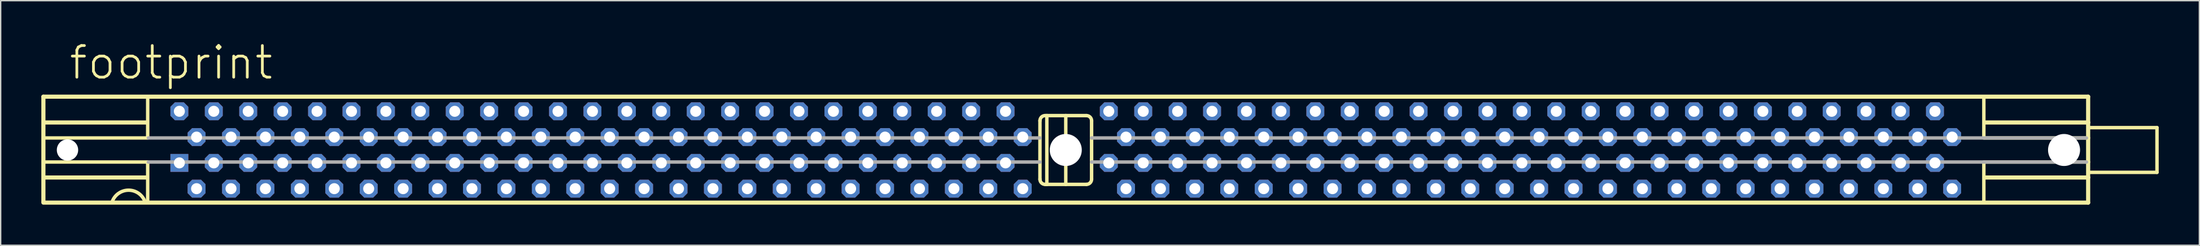
<source format=kicad_pcb>
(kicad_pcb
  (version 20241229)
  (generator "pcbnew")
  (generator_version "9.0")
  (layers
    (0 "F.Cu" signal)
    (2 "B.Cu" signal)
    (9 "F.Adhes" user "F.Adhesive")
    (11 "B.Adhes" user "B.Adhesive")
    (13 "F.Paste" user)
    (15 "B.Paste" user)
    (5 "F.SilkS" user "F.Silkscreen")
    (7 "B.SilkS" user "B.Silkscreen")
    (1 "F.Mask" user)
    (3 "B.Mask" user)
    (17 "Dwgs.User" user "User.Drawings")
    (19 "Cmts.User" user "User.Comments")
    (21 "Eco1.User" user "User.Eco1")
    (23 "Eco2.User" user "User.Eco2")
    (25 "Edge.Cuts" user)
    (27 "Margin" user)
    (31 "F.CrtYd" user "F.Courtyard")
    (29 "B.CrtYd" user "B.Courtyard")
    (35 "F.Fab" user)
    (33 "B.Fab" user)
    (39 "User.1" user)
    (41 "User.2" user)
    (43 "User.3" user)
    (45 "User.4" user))
  (footprint "footprint"
    (layer "F.Cu")
    (at 75.59 8.026)
    (property "Reference" "footprint" (at -73.66 -5.08 0) (layer "F.SilkS") (effects (font (size 2.337 2.337) (thickness 0.203)) (justify left bottom)))
    (fp_line (start -75.438 -3.937) (end -75.438 3.81) (stroke (width 0.305) (type solid)) (layer "F.SilkS"))
    (fp_line (start -75.438 -3.937) (end 75.438 -3.937) (stroke (width 0.305) (type solid)) (layer "F.SilkS"))
    (fp_line (start -75.438 -0.889) (end -67.818 -0.889) (stroke (width 0.254) (type solid)) (layer "F.SilkS"))
    (fp_line (start -75.438 0.889) (end -67.818 0.889) (stroke (width 0.254) (type solid)) (layer "F.SilkS"))
    (fp_line (start -75.311 -2.032) (end -67.818 -2.032) (stroke (width 0.305) (type solid)) (layer "F.SilkS"))
    (fp_line (start -75.311 2.032) (end -67.818 2.032) (stroke (width 0.305) (type solid)) (layer "F.SilkS"))
    (fp_line (start -67.742 -3.861) (end -67.742 -0.889) (stroke (width 0.254) (type solid)) (layer "F.SilkS"))
    (fp_line (start -67.742 0.889) (end -67.742 3.81) (stroke (width 0.254) (type solid)) (layer "F.SilkS"))
    (fp_line (start -1.905 -2.159) (end -1.905 2.159) (stroke (width 0.254) (type solid)) (layer "F.SilkS"))
    (fp_line (start -1.524 2.54) (end -1.397 2.54) (stroke (width 0.254) (type solid)) (layer "F.SilkS"))
    (fp_line (start -1.397 -2.54) (end -1.524 -2.54) (stroke (width 0.254) (type solid)) (layer "F.SilkS"))
    (fp_line (start -1.397 2.54) (end -1.397 -2.54) (stroke (width 0.254) (type solid)) (layer "F.SilkS"))
    (fp_line (start -1.397 2.54) (end 0 2.54) (stroke (width 0.254) (type solid)) (layer "F.SilkS"))
    (fp_line (start 0 -2.54) (end -1.397 -2.54) (stroke (width 0.254) (type solid)) (layer "F.SilkS"))
    (fp_line (start 0 2.54) (end 0 -2.54) (stroke (width 0.254) (type solid)) (layer "F.SilkS"))
    (fp_line (start 0 2.54) (end 1.524 2.54) (stroke (width 0.254) (type solid)) (layer "F.SilkS"))
    (fp_line (start 1.524 -2.54) (end 0 -2.54) (stroke (width 0.254) (type solid)) (layer "F.SilkS"))
    (fp_line (start 1.905 2.159) (end 1.905 -2.159) (stroke (width 0.254) (type solid)) (layer "F.SilkS"))
    (fp_line (start 67.742 -3.861) (end 67.742 -0.889) (stroke (width 0.254) (type solid)) (layer "F.SilkS"))
    (fp_line (start 67.742 0.889) (end 67.742 3.81) (stroke (width 0.254) (type solid)) (layer "F.SilkS"))
    (fp_line (start 75.438 -3.937) (end 75.438 -2.032) (stroke (width 0.305) (type solid)) (layer "F.SilkS"))
    (fp_line (start 75.438 -2.032) (end 67.818 -2.032) (stroke (width 0.305) (type solid)) (layer "F.SilkS"))
    (fp_line (start 75.438 -2.032) (end 75.438 -0.889) (stroke (width 0.305) (type solid)) (layer "F.SilkS"))
    (fp_line (start 75.438 -0.889) (end 67.818 -0.889) (stroke (width 0.254) (type solid)) (layer "F.SilkS"))
    (fp_line (start 75.438 -0.889) (end 75.438 0.889) (stroke (width 0.305) (type solid)) (layer "F.SilkS"))
    (fp_line (start 75.438 0.889) (end 67.818 0.889) (stroke (width 0.254) (type solid)) (layer "F.SilkS"))
    (fp_line (start 75.438 0.889) (end 75.438 2.032) (stroke (width 0.305) (type solid)) (layer "F.SilkS"))
    (fp_line (start 75.438 2.032) (end 67.818 2.032) (stroke (width 0.305) (type solid)) (layer "F.SilkS"))
    (fp_line (start 75.438 2.032) (end 75.438 3.886) (stroke (width 0.305) (type solid)) (layer "F.SilkS"))
    (fp_line (start 75.438 3.886) (end -75.438 3.886) (stroke (width 0.305) (type solid)) (layer "F.SilkS"))
    (fp_line (start 75.565 -1.651) (end 80.518 -1.651) (stroke (width 0.254) (type solid)) (layer "F.SilkS"))
    (fp_line (start 80.518 -1.651) (end 80.518 1.651) (stroke (width 0.254) (type solid)) (layer "F.SilkS"))
    (fp_line (start 80.518 1.651) (end 75.565 1.651) (stroke (width 0.254) (type solid)) (layer "F.SilkS"))
    (fp_arc (start -70.358 3.81) (mid -69.1515 2.968723) (end -67.945 3.81) (stroke (width 0.254) (type solid)) (layer "F.SilkS"))
    (fp_arc (start -1.905 -2.159) (mid -1.793408 -2.428408) (end -1.524 -2.54) (stroke (width 0.254) (type solid)) (layer "F.SilkS"))
    (fp_arc (start -1.524 2.54) (mid -1.793408 2.428408) (end -1.905 2.159) (stroke (width 0.254) (type solid)) (layer "F.SilkS"))
    (fp_arc (start 1.524 -2.54) (mid 1.793408 -2.428408) (end 1.905 -2.159) (stroke (width 0.254) (type solid)) (layer "F.SilkS"))
    (fp_arc (start 1.905 2.159) (mid 1.793408 2.428408) (end 1.524 2.54) (stroke (width 0.254) (type solid)) (layer "F.SilkS"))
    (fp_line (start -67.691 -0.889) (end -1.905 -0.889) (stroke (width 0.254) (type solid)) (layer "F.Fab"))
    (fp_line (start -67.691 0.889) (end -1.905 0.889) (stroke (width 0.254) (type solid)) (layer "F.Fab"))
    (fp_line (start 1.905 -0.889) (end 75.311 -0.889) (stroke (width 0.254) (type solid)) (layer "F.Fab"))
    (fp_line (start 1.905 0.889) (end 75.311 0.889) (stroke (width 0.254) (type solid)) (layer "F.Fab"))
    (pad "" np_thru_hole circle (at -73.66 0) (size 1.575 1.575) (drill 1.575) (layers "*.Cu" "*.Mask"))
    (pad "" np_thru_hole circle (at 0 0) (size 2.362 2.362) (drill 2.362) (layers "*.Cu" "*.Mask"))
    (pad "" np_thru_hole circle (at 73.66 0) (size 2.362 2.362) (drill 2.362) (layers "*.Cu" "*.Mask"))
    (pad "1" thru_hole rect (at -65.405 0.953) (size 1.321 1.321) (drill 0.813) (layers "*.Cu" "*.Mask"))
    (pad "2" thru_hole roundrect (at -64.135 2.857) (size 1.321 1.321) (drill 0.813) (layers "*.Cu" "*.Mask") (roundrect_rratio 0.25) (chamfer_ratio 0.25) (chamfer top_left top_right bottom_left bottom_right))
    (pad "3" thru_hole roundrect (at -62.865 0.953) (size 1.321 1.321) (drill 0.813) (layers "*.Cu" "*.Mask") (roundrect_rratio 0.25) (chamfer_ratio 0.25) (chamfer top_left top_right bottom_left bottom_right))
    (pad "4" thru_hole roundrect (at -61.595 2.857) (size 1.321 1.321) (drill 0.813) (layers "*.Cu" "*.Mask") (roundrect_rratio 0.25) (chamfer_ratio 0.25) (chamfer top_left top_right bottom_left bottom_right))
    (pad "5" thru_hole roundrect (at -60.325 0.953) (size 1.321 1.321) (drill 0.813) (layers "*.Cu" "*.Mask") (roundrect_rratio 0.25) (chamfer_ratio 0.25) (chamfer top_left top_right bottom_left bottom_right))
    (pad "6" thru_hole roundrect (at -59.055 2.857) (size 1.321 1.321) (drill 0.813) (layers "*.Cu" "*.Mask") (roundrect_rratio 0.25) (chamfer_ratio 0.25) (chamfer top_left top_right bottom_left bottom_right))
    (pad "7" thru_hole roundrect (at -57.785 0.953) (size 1.321 1.321) (drill 0.813) (layers "*.Cu" "*.Mask") (roundrect_rratio 0.25) (chamfer_ratio 0.25) (chamfer top_left top_right bottom_left bottom_right))
    (pad "8" thru_hole roundrect (at -56.515 2.857) (size 1.321 1.321) (drill 0.813) (layers "*.Cu" "*.Mask") (roundrect_rratio 0.25) (chamfer_ratio 0.25) (chamfer top_left top_right bottom_left bottom_right))
    (pad "9" thru_hole roundrect (at -55.245 0.953) (size 1.321 1.321) (drill 0.813) (layers "*.Cu" "*.Mask") (roundrect_rratio 0.25) (chamfer_ratio 0.25) (chamfer top_left top_right bottom_left bottom_right))
    (pad "10" thru_hole roundrect (at -53.975 2.857) (size 1.321 1.321) (drill 0.813) (layers "*.Cu" "*.Mask") (roundrect_rratio 0.25) (chamfer_ratio 0.25) (chamfer top_left top_right bottom_left bottom_right))
    (pad "11" thru_hole roundrect (at -52.705 0.953) (size 1.321 1.321) (drill 0.813) (layers "*.Cu" "*.Mask") (roundrect_rratio 0.25) (chamfer_ratio 0.25) (chamfer top_left top_right bottom_left bottom_right))
    (pad "12" thru_hole roundrect (at -51.435 2.857) (size 1.321 1.321) (drill 0.813) (layers "*.Cu" "*.Mask") (roundrect_rratio 0.25) (chamfer_ratio 0.25) (chamfer top_left top_right bottom_left bottom_right))
    (pad "13" thru_hole roundrect (at -50.165 0.953) (size 1.321 1.321) (drill 0.813) (layers "*.Cu" "*.Mask") (roundrect_rratio 0.25) (chamfer_ratio 0.25) (chamfer top_left top_right bottom_left bottom_right))
    (pad "14" thru_hole roundrect (at -48.895 2.857) (size 1.321 1.321) (drill 0.813) (layers "*.Cu" "*.Mask") (roundrect_rratio 0.25) (chamfer_ratio 0.25) (chamfer top_left top_right bottom_left bottom_right))
    (pad "15" thru_hole roundrect (at -47.625 0.953) (size 1.321 1.321) (drill 0.813) (layers "*.Cu" "*.Mask") (roundrect_rratio 0.25) (chamfer_ratio 0.25) (chamfer top_left top_right bottom_left bottom_right))
    (pad "16" thru_hole roundrect (at -46.355 2.857) (size 1.321 1.321) (drill 0.813) (layers "*.Cu" "*.Mask") (roundrect_rratio 0.25) (chamfer_ratio 0.25) (chamfer top_left top_right bottom_left bottom_right))
    (pad "17" thru_hole roundrect (at -45.085 0.953) (size 1.321 1.321) (drill 0.813) (layers "*.Cu" "*.Mask") (roundrect_rratio 0.25) (chamfer_ratio 0.25) (chamfer top_left top_right bottom_left bottom_right))
    (pad "18" thru_hole roundrect (at -43.815 2.857) (size 1.321 1.321) (drill 0.813) (layers "*.Cu" "*.Mask") (roundrect_rratio 0.25) (chamfer_ratio 0.25) (chamfer top_left top_right bottom_left bottom_right))
    (pad "19" thru_hole roundrect (at -42.545 0.953) (size 1.321 1.321) (drill 0.813) (layers "*.Cu" "*.Mask") (roundrect_rratio 0.25) (chamfer_ratio 0.25) (chamfer top_left top_right bottom_left bottom_right))
    (pad "20" thru_hole roundrect (at -41.275 2.857) (size 1.321 1.321) (drill 0.813) (layers "*.Cu" "*.Mask") (roundrect_rratio 0.25) (chamfer_ratio 0.25) (chamfer top_left top_right bottom_left bottom_right))
    (pad "21" thru_hole roundrect (at -40.005 0.953) (size 1.321 1.321) (drill 0.813) (layers "*.Cu" "*.Mask") (roundrect_rratio 0.25) (chamfer_ratio 0.25) (chamfer top_left top_right bottom_left bottom_right))
    (pad "22" thru_hole roundrect (at -38.735 2.857) (size 1.321 1.321) (drill 0.813) (layers "*.Cu" "*.Mask") (roundrect_rratio 0.25) (chamfer_ratio 0.25) (chamfer top_left top_right bottom_left bottom_right))
    (pad "23" thru_hole roundrect (at -37.465 0.953) (size 1.321 1.321) (drill 0.813) (layers "*.Cu" "*.Mask") (roundrect_rratio 0.25) (chamfer_ratio 0.25) (chamfer top_left top_right bottom_left bottom_right))
    (pad "24" thru_hole roundrect (at -36.195 2.857) (size 1.321 1.321) (drill 0.813) (layers "*.Cu" "*.Mask") (roundrect_rratio 0.25) (chamfer_ratio 0.25) (chamfer top_left top_right bottom_left bottom_right))
    (pad "25" thru_hole roundrect (at -34.925 0.953) (size 1.321 1.321) (drill 0.813) (layers "*.Cu" "*.Mask") (roundrect_rratio 0.25) (chamfer_ratio 0.25) (chamfer top_left top_right bottom_left bottom_right))
    (pad "26" thru_hole roundrect (at -33.655 2.857) (size 1.321 1.321) (drill 0.813) (layers "*.Cu" "*.Mask") (roundrect_rratio 0.25) (chamfer_ratio 0.25) (chamfer top_left top_right bottom_left bottom_right))
    (pad "27" thru_hole roundrect (at -32.385 0.953) (size 1.321 1.321) (drill 0.813) (layers "*.Cu" "*.Mask") (roundrect_rratio 0.25) (chamfer_ratio 0.25) (chamfer top_left top_right bottom_left bottom_right))
    (pad "28" thru_hole roundrect (at -31.115 2.857) (size 1.321 1.321) (drill 0.813) (layers "*.Cu" "*.Mask") (roundrect_rratio 0.25) (chamfer_ratio 0.25) (chamfer top_left top_right bottom_left bottom_right))
    (pad "29" thru_hole roundrect (at -29.845 0.953) (size 1.321 1.321) (drill 0.813) (layers "*.Cu" "*.Mask") (roundrect_rratio 0.25) (chamfer_ratio 0.25) (chamfer top_left top_right bottom_left bottom_right))
    (pad "30" thru_hole roundrect (at -28.575 2.857) (size 1.321 1.321) (drill 0.813) (layers "*.Cu" "*.Mask") (roundrect_rratio 0.25) (chamfer_ratio 0.25) (chamfer top_left top_right bottom_left bottom_right))
    (pad "31" thru_hole roundrect (at -27.305 0.953) (size 1.321 1.321) (drill 0.813) (layers "*.Cu" "*.Mask") (roundrect_rratio 0.25) (chamfer_ratio 0.25) (chamfer top_left top_right bottom_left bottom_right))
    (pad "32" thru_hole roundrect (at -26.035 2.857) (size 1.321 1.321) (drill 0.813) (layers "*.Cu" "*.Mask") (roundrect_rratio 0.25) (chamfer_ratio 0.25) (chamfer top_left top_right bottom_left bottom_right))
    (pad "33" thru_hole roundrect (at -24.765 0.953) (size 1.321 1.321) (drill 0.813) (layers "*.Cu" "*.Mask") (roundrect_rratio 0.25) (chamfer_ratio 0.25) (chamfer top_left top_right bottom_left bottom_right))
    (pad "34" thru_hole roundrect (at -23.495 2.857) (size 1.321 1.321) (drill 0.813) (layers "*.Cu" "*.Mask") (roundrect_rratio 0.25) (chamfer_ratio 0.25) (chamfer top_left top_right bottom_left bottom_right))
    (pad "35" thru_hole roundrect (at -22.225 0.953) (size 1.321 1.321) (drill 0.813) (layers "*.Cu" "*.Mask") (roundrect_rratio 0.25) (chamfer_ratio 0.25) (chamfer top_left top_right bottom_left bottom_right))
    (pad "36" thru_hole roundrect (at -20.955 2.857) (size 1.321 1.321) (drill 0.813) (layers "*.Cu" "*.Mask") (roundrect_rratio 0.25) (chamfer_ratio 0.25) (chamfer top_left top_right bottom_left bottom_right))
    (pad "37" thru_hole roundrect (at -19.685 0.953) (size 1.321 1.321) (drill 0.813) (layers "*.Cu" "*.Mask") (roundrect_rratio 0.25) (chamfer_ratio 0.25) (chamfer top_left top_right bottom_left bottom_right))
    (pad "38" thru_hole roundrect (at -18.415 2.857) (size 1.321 1.321) (drill 0.813) (layers "*.Cu" "*.Mask") (roundrect_rratio 0.25) (chamfer_ratio 0.25) (chamfer top_left top_right bottom_left bottom_right))
    (pad "39" thru_hole roundrect (at -17.145 0.953) (size 1.321 1.321) (drill 0.813) (layers "*.Cu" "*.Mask") (roundrect_rratio 0.25) (chamfer_ratio 0.25) (chamfer top_left top_right bottom_left bottom_right))
    (pad "40" thru_hole roundrect (at -15.875 2.857) (size 1.321 1.321) (drill 0.813) (layers "*.Cu" "*.Mask") (roundrect_rratio 0.25) (chamfer_ratio 0.25) (chamfer top_left top_right bottom_left bottom_right))
    (pad "41" thru_hole roundrect (at -14.605 0.953) (size 1.321 1.321) (drill 0.813) (layers "*.Cu" "*.Mask") (roundrect_rratio 0.25) (chamfer_ratio 0.25) (chamfer top_left top_right bottom_left bottom_right))
    (pad "42" thru_hole roundrect (at -13.335 2.857) (size 1.321 1.321) (drill 0.813) (layers "*.Cu" "*.Mask") (roundrect_rratio 0.25) (chamfer_ratio 0.25) (chamfer top_left top_right bottom_left bottom_right))
    (pad "43" thru_hole roundrect (at -12.065 0.953) (size 1.321 1.321) (drill 0.813) (layers "*.Cu" "*.Mask") (roundrect_rratio 0.25) (chamfer_ratio 0.25) (chamfer top_left top_right bottom_left bottom_right))
    (pad "44" thru_hole roundrect (at -10.795 2.857) (size 1.321 1.321) (drill 0.813) (layers "*.Cu" "*.Mask") (roundrect_rratio 0.25) (chamfer_ratio 0.25) (chamfer top_left top_right bottom_left bottom_right))
    (pad "45" thru_hole roundrect (at -9.525 0.953) (size 1.321 1.321) (drill 0.813) (layers "*.Cu" "*.Mask") (roundrect_rratio 0.25) (chamfer_ratio 0.25) (chamfer top_left top_right bottom_left bottom_right))
    (pad "46" thru_hole roundrect (at -8.255 2.857) (size 1.321 1.321) (drill 0.813) (layers "*.Cu" "*.Mask") (roundrect_rratio 0.25) (chamfer_ratio 0.25) (chamfer top_left top_right bottom_left bottom_right))
    (pad "47" thru_hole roundrect (at -6.985 0.953) (size 1.321 1.321) (drill 0.813) (layers "*.Cu" "*.Mask") (roundrect_rratio 0.25) (chamfer_ratio 0.25) (chamfer top_left top_right bottom_left bottom_right))
    (pad "48" thru_hole roundrect (at -5.715 2.857) (size 1.321 1.321) (drill 0.813) (layers "*.Cu" "*.Mask") (roundrect_rratio 0.25) (chamfer_ratio 0.25) (chamfer top_left top_right bottom_left bottom_right))
    (pad "49" thru_hole roundrect (at -4.445 0.953) (size 1.321 1.321) (drill 0.813) (layers "*.Cu" "*.Mask") (roundrect_rratio 0.25) (chamfer_ratio 0.25) (chamfer top_left top_right bottom_left bottom_right))
    (pad "50" thru_hole roundrect (at -3.175 2.857) (size 1.321 1.321) (drill 0.813) (layers "*.Cu" "*.Mask") (roundrect_rratio 0.25) (chamfer_ratio 0.25) (chamfer top_left top_right bottom_left bottom_right))
    (pad "51" thru_hole roundrect (at 3.175 0.953) (size 1.321 1.321) (drill 0.813) (layers "*.Cu" "*.Mask") (roundrect_rratio 0.25) (chamfer_ratio 0.25) (chamfer top_left top_right bottom_left bottom_right))
    (pad "52" thru_hole roundrect (at 4.445 2.857) (size 1.321 1.321) (drill 0.813) (layers "*.Cu" "*.Mask") (roundrect_rratio 0.25) (chamfer_ratio 0.25) (chamfer top_left top_right bottom_left bottom_right))
    (pad "53" thru_hole roundrect (at 5.715 0.953) (size 1.321 1.321) (drill 0.813) (layers "*.Cu" "*.Mask") (roundrect_rratio 0.25) (chamfer_ratio 0.25) (chamfer top_left top_right bottom_left bottom_right))
    (pad "54" thru_hole roundrect (at 6.985 2.857) (size 1.321 1.321) (drill 0.813) (layers "*.Cu" "*.Mask") (roundrect_rratio 0.25) (chamfer_ratio 0.25) (chamfer top_left top_right bottom_left bottom_right))
    (pad "55" thru_hole roundrect (at 8.255 0.953) (size 1.321 1.321) (drill 0.813) (layers "*.Cu" "*.Mask") (roundrect_rratio 0.25) (chamfer_ratio 0.25) (chamfer top_left top_right bottom_left bottom_right))
    (pad "56" thru_hole roundrect (at 9.525 2.857) (size 1.321 1.321) (drill 0.813) (layers "*.Cu" "*.Mask") (roundrect_rratio 0.25) (chamfer_ratio 0.25) (chamfer top_left top_right bottom_left bottom_right))
    (pad "57" thru_hole roundrect (at 10.795 0.953) (size 1.321 1.321) (drill 0.813) (layers "*.Cu" "*.Mask") (roundrect_rratio 0.25) (chamfer_ratio 0.25) (chamfer top_left top_right bottom_left bottom_right))
    (pad "58" thru_hole roundrect (at 12.065 2.857) (size 1.321 1.321) (drill 0.813) (layers "*.Cu" "*.Mask") (roundrect_rratio 0.25) (chamfer_ratio 0.25) (chamfer top_left top_right bottom_left bottom_right))
    (pad "59" thru_hole roundrect (at 13.335 0.953) (size 1.321 1.321) (drill 0.813) (layers "*.Cu" "*.Mask") (roundrect_rratio 0.25) (chamfer_ratio 0.25) (chamfer top_left top_right bottom_left bottom_right))
    (pad "60" thru_hole roundrect (at 14.605 2.857) (size 1.321 1.321) (drill 0.813) (layers "*.Cu" "*.Mask") (roundrect_rratio 0.25) (chamfer_ratio 0.25) (chamfer top_left top_right bottom_left bottom_right))
    (pad "61" thru_hole roundrect (at 15.875 0.953) (size 1.321 1.321) (drill 0.813) (layers "*.Cu" "*.Mask") (roundrect_rratio 0.25) (chamfer_ratio 0.25) (chamfer top_left top_right bottom_left bottom_right))
    (pad "62" thru_hole roundrect (at 17.145 2.857) (size 1.321 1.321) (drill 0.813) (layers "*.Cu" "*.Mask") (roundrect_rratio 0.25) (chamfer_ratio 0.25) (chamfer top_left top_right bottom_left bottom_right))
    (pad "63" thru_hole roundrect (at 18.415 0.953) (size 1.321 1.321) (drill 0.813) (layers "*.Cu" "*.Mask") (roundrect_rratio 0.25) (chamfer_ratio 0.25) (chamfer top_left top_right bottom_left bottom_right))
    (pad "64" thru_hole roundrect (at 19.685 2.857) (size 1.321 1.321) (drill 0.813) (layers "*.Cu" "*.Mask") (roundrect_rratio 0.25) (chamfer_ratio 0.25) (chamfer top_left top_right bottom_left bottom_right))
    (pad "65" thru_hole roundrect (at 20.955 0.953) (size 1.321 1.321) (drill 0.813) (layers "*.Cu" "*.Mask") (roundrect_rratio 0.25) (chamfer_ratio 0.25) (chamfer top_left top_right bottom_left bottom_right))
    (pad "66" thru_hole roundrect (at 22.225 2.857) (size 1.321 1.321) (drill 0.813) (layers "*.Cu" "*.Mask") (roundrect_rratio 0.25) (chamfer_ratio 0.25) (chamfer top_left top_right bottom_left bottom_right))
    (pad "67" thru_hole roundrect (at 23.495 0.953) (size 1.321 1.321) (drill 0.813) (layers "*.Cu" "*.Mask") (roundrect_rratio 0.25) (chamfer_ratio 0.25) (chamfer top_left top_right bottom_left bottom_right))
    (pad "68" thru_hole roundrect (at 24.765 2.857) (size 1.321 1.321) (drill 0.813) (layers "*.Cu" "*.Mask") (roundrect_rratio 0.25) (chamfer_ratio 0.25) (chamfer top_left top_right bottom_left bottom_right))
    (pad "69" thru_hole roundrect (at 26.035 0.953) (size 1.321 1.321) (drill 0.813) (layers "*.Cu" "*.Mask") (roundrect_rratio 0.25) (chamfer_ratio 0.25) (chamfer top_left top_right bottom_left bottom_right))
    (pad "70" thru_hole roundrect (at 27.305 2.857) (size 1.321 1.321) (drill 0.813) (layers "*.Cu" "*.Mask") (roundrect_rratio 0.25) (chamfer_ratio 0.25) (chamfer top_left top_right bottom_left bottom_right))
    (pad "71" thru_hole roundrect (at 28.575 0.953) (size 1.321 1.321) (drill 0.813) (layers "*.Cu" "*.Mask") (roundrect_rratio 0.25) (chamfer_ratio 0.25) (chamfer top_left top_right bottom_left bottom_right))
    (pad "72" thru_hole roundrect (at 29.845 2.857) (size 1.321 1.321) (drill 0.813) (layers "*.Cu" "*.Mask") (roundrect_rratio 0.25) (chamfer_ratio 0.25) (chamfer top_left top_right bottom_left bottom_right))
    (pad "73" thru_hole roundrect (at 31.115 0.953) (size 1.321 1.321) (drill 0.813) (layers "*.Cu" "*.Mask") (roundrect_rratio 0.25) (chamfer_ratio 0.25) (chamfer top_left top_right bottom_left bottom_right))
    (pad "74" thru_hole roundrect (at 32.385 2.857) (size 1.321 1.321) (drill 0.813) (layers "*.Cu" "*.Mask") (roundrect_rratio 0.25) (chamfer_ratio 0.25) (chamfer top_left top_right bottom_left bottom_right))
    (pad "75" thru_hole roundrect (at 33.655 0.953) (size 1.321 1.321) (drill 0.813) (layers "*.Cu" "*.Mask") (roundrect_rratio 0.25) (chamfer_ratio 0.25) (chamfer top_left top_right bottom_left bottom_right))
    (pad "76" thru_hole roundrect (at 34.925 2.857) (size 1.321 1.321) (drill 0.813) (layers "*.Cu" "*.Mask") (roundrect_rratio 0.25) (chamfer_ratio 0.25) (chamfer top_left top_right bottom_left bottom_right))
    (pad "77" thru_hole roundrect (at 36.195 0.953) (size 1.321 1.321) (drill 0.813) (layers "*.Cu" "*.Mask") (roundrect_rratio 0.25) (chamfer_ratio 0.25) (chamfer top_left top_right bottom_left bottom_right))
    (pad "78" thru_hole roundrect (at 37.465 2.857) (size 1.321 1.321) (drill 0.813) (layers "*.Cu" "*.Mask") (roundrect_rratio 0.25) (chamfer_ratio 0.25) (chamfer top_left top_right bottom_left bottom_right))
    (pad "79" thru_hole roundrect (at 38.735 0.953) (size 1.321 1.321) (drill 0.813) (layers "*.Cu" "*.Mask") (roundrect_rratio 0.25) (chamfer_ratio 0.25) (chamfer top_left top_right bottom_left bottom_right))
    (pad "80" thru_hole roundrect (at 40.005 2.857) (size 1.321 1.321) (drill 0.813) (layers "*.Cu" "*.Mask") (roundrect_rratio 0.25) (chamfer_ratio 0.25) (chamfer top_left top_right bottom_left bottom_right))
    (pad "81" thru_hole roundrect (at 41.275 0.953) (size 1.321 1.321) (drill 0.813) (layers "*.Cu" "*.Mask") (roundrect_rratio 0.25) (chamfer_ratio 0.25) (chamfer top_left top_right bottom_left bottom_right))
    (pad "82" thru_hole roundrect (at 42.545 2.857) (size 1.321 1.321) (drill 0.813) (layers "*.Cu" "*.Mask") (roundrect_rratio 0.25) (chamfer_ratio 0.25) (chamfer top_left top_right bottom_left bottom_right))
    (pad "83" thru_hole roundrect (at 43.815 0.953) (size 1.321 1.321) (drill 0.813) (layers "*.Cu" "*.Mask") (roundrect_rratio 0.25) (chamfer_ratio 0.25) (chamfer top_left top_right bottom_left bottom_right))
    (pad "84" thru_hole roundrect (at 45.085 2.857) (size 1.321 1.321) (drill 0.813) (layers "*.Cu" "*.Mask") (roundrect_rratio 0.25) (chamfer_ratio 0.25) (chamfer top_left top_right bottom_left bottom_right))
    (pad "85" thru_hole roundrect (at 46.355 0.953) (size 1.321 1.321) (drill 0.813) (layers "*.Cu" "*.Mask") (roundrect_rratio 0.25) (chamfer_ratio 0.25) (chamfer top_left top_right bottom_left bottom_right))
    (pad "86" thru_hole roundrect (at 47.625 2.857) (size 1.321 1.321) (drill 0.813) (layers "*.Cu" "*.Mask") (roundrect_rratio 0.25) (chamfer_ratio 0.25) (chamfer top_left top_right bottom_left bottom_right))
    (pad "87" thru_hole roundrect (at 48.895 0.953) (size 1.321 1.321) (drill 0.813) (layers "*.Cu" "*.Mask") (roundrect_rratio 0.25) (chamfer_ratio 0.25) (chamfer top_left top_right bottom_left bottom_right))
    (pad "88" thru_hole roundrect (at 50.165 2.857) (size 1.321 1.321) (drill 0.813) (layers "*.Cu" "*.Mask") (roundrect_rratio 0.25) (chamfer_ratio 0.25) (chamfer top_left top_right bottom_left bottom_right))
    (pad "89" thru_hole roundrect (at 51.435 0.953) (size 1.321 1.321) (drill 0.813) (layers "*.Cu" "*.Mask") (roundrect_rratio 0.25) (chamfer_ratio 0.25) (chamfer top_left top_right bottom_left bottom_right))
    (pad "90" thru_hole roundrect (at 52.705 2.857) (size 1.321 1.321) (drill 0.813) (layers "*.Cu" "*.Mask") (roundrect_rratio 0.25) (chamfer_ratio 0.25) (chamfer top_left top_right bottom_left bottom_right))
    (pad "91" thru_hole roundrect (at 53.975 0.953) (size 1.321 1.321) (drill 0.813) (layers "*.Cu" "*.Mask") (roundrect_rratio 0.25) (chamfer_ratio 0.25) (chamfer top_left top_right bottom_left bottom_right))
    (pad "92" thru_hole roundrect (at 55.245 2.857) (size 1.321 1.321) (drill 0.813) (layers "*.Cu" "*.Mask") (roundrect_rratio 0.25) (chamfer_ratio 0.25) (chamfer top_left top_right bottom_left bottom_right))
    (pad "93" thru_hole roundrect (at 56.515 0.953) (size 1.321 1.321) (drill 0.813) (layers "*.Cu" "*.Mask") (roundrect_rratio 0.25) (chamfer_ratio 0.25) (chamfer top_left top_right bottom_left bottom_right))
    (pad "94" thru_hole roundrect (at 57.785 2.857) (size 1.321 1.321) (drill 0.813) (layers "*.Cu" "*.Mask") (roundrect_rratio 0.25) (chamfer_ratio 0.25) (chamfer top_left top_right bottom_left bottom_right))
    (pad "95" thru_hole roundrect (at 59.055 0.953) (size 1.321 1.321) (drill 0.813) (layers "*.Cu" "*.Mask") (roundrect_rratio 0.25) (chamfer_ratio 0.25) (chamfer top_left top_right bottom_left bottom_right))
    (pad "96" thru_hole roundrect (at 60.325 2.857) (size 1.321 1.321) (drill 0.813) (layers "*.Cu" "*.Mask") (roundrect_rratio 0.25) (chamfer_ratio 0.25) (chamfer top_left top_right bottom_left bottom_right))
    (pad "97" thru_hole roundrect (at 61.595 0.953) (size 1.321 1.321) (drill 0.813) (layers "*.Cu" "*.Mask") (roundrect_rratio 0.25) (chamfer_ratio 0.25) (chamfer top_left top_right bottom_left bottom_right))
    (pad "98" thru_hole roundrect (at 62.865 2.857) (size 1.321 1.321) (drill 0.813) (layers "*.Cu" "*.Mask") (roundrect_rratio 0.25) (chamfer_ratio 0.25) (chamfer top_left top_right bottom_left bottom_right))
    (pad "99" thru_hole roundrect (at 64.135 0.953) (size 1.321 1.321) (drill 0.813) (layers "*.Cu" "*.Mask") (roundrect_rratio 0.25) (chamfer_ratio 0.25) (chamfer top_left top_right bottom_left bottom_right))
    (pad "100" thru_hole roundrect (at 65.405 2.857) (size 1.321 1.321) (drill 0.813) (layers "*.Cu" "*.Mask") (roundrect_rratio 0.25) (chamfer_ratio 0.25) (chamfer top_left top_right bottom_left bottom_right))
    (pad "101" thru_hole roundrect (at -65.405 -2.857) (size 1.321 1.321) (drill 0.813) (layers "*.Cu" "*.Mask") (roundrect_rratio 0.25) (chamfer_ratio 0.25) (chamfer top_left top_right bottom_left bottom_right))
    (pad "102" thru_hole roundrect (at -64.135 -0.953) (size 1.321 1.321) (drill 0.813) (layers "*.Cu" "*.Mask") (roundrect_rratio 0.25) (chamfer_ratio 0.25) (chamfer top_left top_right bottom_left bottom_right))
    (pad "103" thru_hole roundrect (at -62.865 -2.857) (size 1.321 1.321) (drill 0.813) (layers "*.Cu" "*.Mask") (roundrect_rratio 0.25) (chamfer_ratio 0.25) (chamfer top_left top_right bottom_left bottom_right))
    (pad "104" thru_hole roundrect (at -61.595 -0.953) (size 1.321 1.321) (drill 0.813) (layers "*.Cu" "*.Mask") (roundrect_rratio 0.25) (chamfer_ratio 0.25) (chamfer top_left top_right bottom_left bottom_right))
    (pad "105" thru_hole roundrect (at -60.325 -2.857) (size 1.321 1.321) (drill 0.813) (layers "*.Cu" "*.Mask") (roundrect_rratio 0.25) (chamfer_ratio 0.25) (chamfer top_left top_right bottom_left bottom_right))
    (pad "106" thru_hole roundrect (at -59.055 -0.953) (size 1.321 1.321) (drill 0.813) (layers "*.Cu" "*.Mask") (roundrect_rratio 0.25) (chamfer_ratio 0.25) (chamfer top_left top_right bottom_left bottom_right))
    (pad "107" thru_hole roundrect (at -57.785 -2.857) (size 1.321 1.321) (drill 0.813) (layers "*.Cu" "*.Mask") (roundrect_rratio 0.25) (chamfer_ratio 0.25) (chamfer top_left top_right bottom_left bottom_right))
    (pad "108" thru_hole roundrect (at -56.515 -0.953) (size 1.321 1.321) (drill 0.813) (layers "*.Cu" "*.Mask") (roundrect_rratio 0.25) (chamfer_ratio 0.25) (chamfer top_left top_right bottom_left bottom_right))
    (pad "109" thru_hole roundrect (at -55.245 -2.857) (size 1.321 1.321) (drill 0.813) (layers "*.Cu" "*.Mask") (roundrect_rratio 0.25) (chamfer_ratio 0.25) (chamfer top_left top_right bottom_left bottom_right))
    (pad "110" thru_hole roundrect (at -53.975 -0.953) (size 1.321 1.321) (drill 0.813) (layers "*.Cu" "*.Mask") (roundrect_rratio 0.25) (chamfer_ratio 0.25) (chamfer top_left top_right bottom_left bottom_right))
    (pad "111" thru_hole roundrect (at -52.705 -2.857) (size 1.321 1.321) (drill 0.813) (layers "*.Cu" "*.Mask") (roundrect_rratio 0.25) (chamfer_ratio 0.25) (chamfer top_left top_right bottom_left bottom_right))
    (pad "112" thru_hole roundrect (at -51.435 -0.953) (size 1.321 1.321) (drill 0.813) (layers "*.Cu" "*.Mask") (roundrect_rratio 0.25) (chamfer_ratio 0.25) (chamfer top_left top_right bottom_left bottom_right))
    (pad "113" thru_hole roundrect (at -50.165 -2.857) (size 1.321 1.321) (drill 0.813) (layers "*.Cu" "*.Mask") (roundrect_rratio 0.25) (chamfer_ratio 0.25) (chamfer top_left top_right bottom_left bottom_right))
    (pad "114" thru_hole roundrect (at -48.895 -0.953) (size 1.321 1.321) (drill 0.813) (layers "*.Cu" "*.Mask") (roundrect_rratio 0.25) (chamfer_ratio 0.25) (chamfer top_left top_right bottom_left bottom_right))
    (pad "115" thru_hole roundrect (at -47.625 -2.857) (size 1.321 1.321) (drill 0.813) (layers "*.Cu" "*.Mask") (roundrect_rratio 0.25) (chamfer_ratio 0.25) (chamfer top_left top_right bottom_left bottom_right))
    (pad "116" thru_hole roundrect (at -46.355 -0.953) (size 1.321 1.321) (drill 0.813) (layers "*.Cu" "*.Mask") (roundrect_rratio 0.25) (chamfer_ratio 0.25) (chamfer top_left top_right bottom_left bottom_right))
    (pad "117" thru_hole roundrect (at -45.085 -2.857) (size 1.321 1.321) (drill 0.813) (layers "*.Cu" "*.Mask") (roundrect_rratio 0.25) (chamfer_ratio 0.25) (chamfer top_left top_right bottom_left bottom_right))
    (pad "118" thru_hole roundrect (at -43.815 -0.953) (size 1.321 1.321) (drill 0.813) (layers "*.Cu" "*.Mask") (roundrect_rratio 0.25) (chamfer_ratio 0.25) (chamfer top_left top_right bottom_left bottom_right))
    (pad "119" thru_hole roundrect (at -42.545 -2.857) (size 1.321 1.321) (drill 0.813) (layers "*.Cu" "*.Mask") (roundrect_rratio 0.25) (chamfer_ratio 0.25) (chamfer top_left top_right bottom_left bottom_right))
    (pad "120" thru_hole roundrect (at -41.275 -0.953) (size 1.321 1.321) (drill 0.813) (layers "*.Cu" "*.Mask") (roundrect_rratio 0.25) (chamfer_ratio 0.25) (chamfer top_left top_right bottom_left bottom_right))
    (pad "121" thru_hole roundrect (at -40.005 -2.857) (size 1.321 1.321) (drill 0.813) (layers "*.Cu" "*.Mask") (roundrect_rratio 0.25) (chamfer_ratio 0.25) (chamfer top_left top_right bottom_left bottom_right))
    (pad "122" thru_hole roundrect (at -38.735 -0.953) (size 1.321 1.321) (drill 0.813) (layers "*.Cu" "*.Mask") (roundrect_rratio 0.25) (chamfer_ratio 0.25) (chamfer top_left top_right bottom_left bottom_right))
    (pad "123" thru_hole roundrect (at -37.465 -2.857) (size 1.321 1.321) (drill 0.813) (layers "*.Cu" "*.Mask") (roundrect_rratio 0.25) (chamfer_ratio 0.25) (chamfer top_left top_right bottom_left bottom_right))
    (pad "124" thru_hole roundrect (at -36.195 -0.953) (size 1.321 1.321) (drill 0.813) (layers "*.Cu" "*.Mask") (roundrect_rratio 0.25) (chamfer_ratio 0.25) (chamfer top_left top_right bottom_left bottom_right))
    (pad "125" thru_hole roundrect (at -34.925 -2.857) (size 1.321 1.321) (drill 0.813) (layers "*.Cu" "*.Mask") (roundrect_rratio 0.25) (chamfer_ratio 0.25) (chamfer top_left top_right bottom_left bottom_right))
    (pad "126" thru_hole roundrect (at -33.655 -0.953) (size 1.321 1.321) (drill 0.813) (layers "*.Cu" "*.Mask") (roundrect_rratio 0.25) (chamfer_ratio 0.25) (chamfer top_left top_right bottom_left bottom_right))
    (pad "127" thru_hole roundrect (at -32.385 -2.857) (size 1.321 1.321) (drill 0.813) (layers "*.Cu" "*.Mask") (roundrect_rratio 0.25) (chamfer_ratio 0.25) (chamfer top_left top_right bottom_left bottom_right))
    (pad "128" thru_hole roundrect (at -31.115 -0.953) (size 1.321 1.321) (drill 0.813) (layers "*.Cu" "*.Mask") (roundrect_rratio 0.25) (chamfer_ratio 0.25) (chamfer top_left top_right bottom_left bottom_right))
    (pad "129" thru_hole roundrect (at -29.845 -2.857) (size 1.321 1.321) (drill 0.813) (layers "*.Cu" "*.Mask") (roundrect_rratio 0.25) (chamfer_ratio 0.25) (chamfer top_left top_right bottom_left bottom_right))
    (pad "130" thru_hole roundrect (at -28.575 -0.953) (size 1.321 1.321) (drill 0.813) (layers "*.Cu" "*.Mask") (roundrect_rratio 0.25) (chamfer_ratio 0.25) (chamfer top_left top_right bottom_left bottom_right))
    (pad "131" thru_hole roundrect (at -27.305 -2.857) (size 1.321 1.321) (drill 0.813) (layers "*.Cu" "*.Mask") (roundrect_rratio 0.25) (chamfer_ratio 0.25) (chamfer top_left top_right bottom_left bottom_right))
    (pad "132" thru_hole roundrect (at -26.035 -0.953) (size 1.321 1.321) (drill 0.813) (layers "*.Cu" "*.Mask") (roundrect_rratio 0.25) (chamfer_ratio 0.25) (chamfer top_left top_right bottom_left bottom_right))
    (pad "133" thru_hole roundrect (at -24.765 -2.857) (size 1.321 1.321) (drill 0.813) (layers "*.Cu" "*.Mask") (roundrect_rratio 0.25) (chamfer_ratio 0.25) (chamfer top_left top_right bottom_left bottom_right))
    (pad "134" thru_hole roundrect (at -23.495 -0.953) (size 1.321 1.321) (drill 0.813) (layers "*.Cu" "*.Mask") (roundrect_rratio 0.25) (chamfer_ratio 0.25) (chamfer top_left top_right bottom_left bottom_right))
    (pad "135" thru_hole roundrect (at -22.225 -2.857) (size 1.321 1.321) (drill 0.813) (layers "*.Cu" "*.Mask") (roundrect_rratio 0.25) (chamfer_ratio 0.25) (chamfer top_left top_right bottom_left bottom_right))
    (pad "136" thru_hole roundrect (at -20.955 -0.953) (size 1.321 1.321) (drill 0.813) (layers "*.Cu" "*.Mask") (roundrect_rratio 0.25) (chamfer_ratio 0.25) (chamfer top_left top_right bottom_left bottom_right))
    (pad "137" thru_hole roundrect (at -19.685 -2.857) (size 1.321 1.321) (drill 0.813) (layers "*.Cu" "*.Mask") (roundrect_rratio 0.25) (chamfer_ratio 0.25) (chamfer top_left top_right bottom_left bottom_right))
    (pad "138" thru_hole roundrect (at -18.415 -0.953) (size 1.321 1.321) (drill 0.813) (layers "*.Cu" "*.Mask") (roundrect_rratio 0.25) (chamfer_ratio 0.25) (chamfer top_left top_right bottom_left bottom_right))
    (pad "139" thru_hole roundrect (at -17.145 -2.857) (size 1.321 1.321) (drill 0.813) (layers "*.Cu" "*.Mask") (roundrect_rratio 0.25) (chamfer_ratio 0.25) (chamfer top_left top_right bottom_left bottom_right))
    (pad "140" thru_hole roundrect (at -15.875 -0.953) (size 1.321 1.321) (drill 0.813) (layers "*.Cu" "*.Mask") (roundrect_rratio 0.25) (chamfer_ratio 0.25) (chamfer top_left top_right bottom_left bottom_right))
    (pad "141" thru_hole roundrect (at -14.605 -2.857) (size 1.321 1.321) (drill 0.813) (layers "*.Cu" "*.Mask") (roundrect_rratio 0.25) (chamfer_ratio 0.25) (chamfer top_left top_right bottom_left bottom_right))
    (pad "142" thru_hole roundrect (at -13.335 -0.953) (size 1.321 1.321) (drill 0.813) (layers "*.Cu" "*.Mask") (roundrect_rratio 0.25) (chamfer_ratio 0.25) (chamfer top_left top_right bottom_left bottom_right))
    (pad "143" thru_hole roundrect (at -12.065 -2.857) (size 1.321 1.321) (drill 0.813) (layers "*.Cu" "*.Mask") (roundrect_rratio 0.25) (chamfer_ratio 0.25) (chamfer top_left top_right bottom_left bottom_right))
    (pad "144" thru_hole roundrect (at -10.795 -0.953) (size 1.321 1.321) (drill 0.813) (layers "*.Cu" "*.Mask") (roundrect_rratio 0.25) (chamfer_ratio 0.25) (chamfer top_left top_right bottom_left bottom_right))
    (pad "145" thru_hole roundrect (at -9.525 -2.857) (size 1.321 1.321) (drill 0.813) (layers "*.Cu" "*.Mask") (roundrect_rratio 0.25) (chamfer_ratio 0.25) (chamfer top_left top_right bottom_left bottom_right))
    (pad "146" thru_hole roundrect (at -8.255 -0.953) (size 1.321 1.321) (drill 0.813) (layers "*.Cu" "*.Mask") (roundrect_rratio 0.25) (chamfer_ratio 0.25) (chamfer top_left top_right bottom_left bottom_right))
    (pad "147" thru_hole roundrect (at -6.985 -2.857) (size 1.321 1.321) (drill 0.813) (layers "*.Cu" "*.Mask") (roundrect_rratio 0.25) (chamfer_ratio 0.25) (chamfer top_left top_right bottom_left bottom_right))
    (pad "148" thru_hole roundrect (at -5.715 -0.953) (size 1.321 1.321) (drill 0.813) (layers "*.Cu" "*.Mask") (roundrect_rratio 0.25) (chamfer_ratio 0.25) (chamfer top_left top_right bottom_left bottom_right))
    (pad "149" thru_hole roundrect (at -4.445 -2.857) (size 1.321 1.321) (drill 0.813) (layers "*.Cu" "*.Mask") (roundrect_rratio 0.25) (chamfer_ratio 0.25) (chamfer top_left top_right bottom_left bottom_right))
    (pad "150" thru_hole roundrect (at -3.175 -0.953) (size 1.321 1.321) (drill 0.813) (layers "*.Cu" "*.Mask") (roundrect_rratio 0.25) (chamfer_ratio 0.25) (chamfer top_left top_right bottom_left bottom_right))
    (pad "151" thru_hole roundrect (at 3.175 -2.857) (size 1.321 1.321) (drill 0.813) (layers "*.Cu" "*.Mask") (roundrect_rratio 0.25) (chamfer_ratio 0.25) (chamfer top_left top_right bottom_left bottom_right))
    (pad "152" thru_hole roundrect (at 4.445 -0.953) (size 1.321 1.321) (drill 0.813) (layers "*.Cu" "*.Mask") (roundrect_rratio 0.25) (chamfer_ratio 0.25) (chamfer top_left top_right bottom_left bottom_right))
    (pad "153" thru_hole roundrect (at 5.715 -2.857) (size 1.321 1.321) (drill 0.813) (layers "*.Cu" "*.Mask") (roundrect_rratio 0.25) (chamfer_ratio 0.25) (chamfer top_left top_right bottom_left bottom_right))
    (pad "154" thru_hole roundrect (at 6.985 -0.953) (size 1.321 1.321) (drill 0.813) (layers "*.Cu" "*.Mask") (roundrect_rratio 0.25) (chamfer_ratio 0.25) (chamfer top_left top_right bottom_left bottom_right))
    (pad "155" thru_hole roundrect (at 8.255 -2.857) (size 1.321 1.321) (drill 0.813) (layers "*.Cu" "*.Mask") (roundrect_rratio 0.25) (chamfer_ratio 0.25) (chamfer top_left top_right bottom_left bottom_right))
    (pad "156" thru_hole roundrect (at 9.525 -0.953) (size 1.321 1.321) (drill 0.813) (layers "*.Cu" "*.Mask") (roundrect_rratio 0.25) (chamfer_ratio 0.25) (chamfer top_left top_right bottom_left bottom_right))
    (pad "157" thru_hole roundrect (at 10.795 -2.857) (size 1.321 1.321) (drill 0.813) (layers "*.Cu" "*.Mask") (roundrect_rratio 0.25) (chamfer_ratio 0.25) (chamfer top_left top_right bottom_left bottom_right))
    (pad "158" thru_hole roundrect (at 12.065 -0.953) (size 1.321 1.321) (drill 0.813) (layers "*.Cu" "*.Mask") (roundrect_rratio 0.25) (chamfer_ratio 0.25) (chamfer top_left top_right bottom_left bottom_right))
    (pad "159" thru_hole roundrect (at 13.335 -2.857) (size 1.321 1.321) (drill 0.813) (layers "*.Cu" "*.Mask") (roundrect_rratio 0.25) (chamfer_ratio 0.25) (chamfer top_left top_right bottom_left bottom_right))
    (pad "160" thru_hole roundrect (at 14.605 -0.953) (size 1.321 1.321) (drill 0.813) (layers "*.Cu" "*.Mask") (roundrect_rratio 0.25) (chamfer_ratio 0.25) (chamfer top_left top_right bottom_left bottom_right))
    (pad "161" thru_hole roundrect (at 15.875 -2.857) (size 1.321 1.321) (drill 0.813) (layers "*.Cu" "*.Mask") (roundrect_rratio 0.25) (chamfer_ratio 0.25) (chamfer top_left top_right bottom_left bottom_right))
    (pad "162" thru_hole roundrect (at 17.145 -0.953) (size 1.321 1.321) (drill 0.813) (layers "*.Cu" "*.Mask") (roundrect_rratio 0.25) (chamfer_ratio 0.25) (chamfer top_left top_right bottom_left bottom_right))
    (pad "163" thru_hole roundrect (at 18.415 -2.857) (size 1.321 1.321) (drill 0.813) (layers "*.Cu" "*.Mask") (roundrect_rratio 0.25) (chamfer_ratio 0.25) (chamfer top_left top_right bottom_left bottom_right))
    (pad "164" thru_hole roundrect (at 19.685 -0.953) (size 1.321 1.321) (drill 0.813) (layers "*.Cu" "*.Mask") (roundrect_rratio 0.25) (chamfer_ratio 0.25) (chamfer top_left top_right bottom_left bottom_right))
    (pad "165" thru_hole roundrect (at 20.955 -2.857) (size 1.321 1.321) (drill 0.813) (layers "*.Cu" "*.Mask") (roundrect_rratio 0.25) (chamfer_ratio 0.25) (chamfer top_left top_right bottom_left bottom_right))
    (pad "166" thru_hole roundrect (at 22.225 -0.953) (size 1.321 1.321) (drill 0.813) (layers "*.Cu" "*.Mask") (roundrect_rratio 0.25) (chamfer_ratio 0.25) (chamfer top_left top_right bottom_left bottom_right))
    (pad "167" thru_hole roundrect (at 23.495 -2.857) (size 1.321 1.321) (drill 0.813) (layers "*.Cu" "*.Mask") (roundrect_rratio 0.25) (chamfer_ratio 0.25) (chamfer top_left top_right bottom_left bottom_right))
    (pad "168" thru_hole roundrect (at 24.765 -0.953) (size 1.321 1.321) (drill 0.813) (layers "*.Cu" "*.Mask") (roundrect_rratio 0.25) (chamfer_ratio 0.25) (chamfer top_left top_right bottom_left bottom_right))
    (pad "169" thru_hole roundrect (at 26.035 -2.857) (size 1.321 1.321) (drill 0.813) (layers "*.Cu" "*.Mask") (roundrect_rratio 0.25) (chamfer_ratio 0.25) (chamfer top_left top_right bottom_left bottom_right))
    (pad "170" thru_hole roundrect (at 27.305 -0.953) (size 1.321 1.321) (drill 0.813) (layers "*.Cu" "*.Mask") (roundrect_rratio 0.25) (chamfer_ratio 0.25) (chamfer top_left top_right bottom_left bottom_right))
    (pad "171" thru_hole roundrect (at 28.575 -2.857) (size 1.321 1.321) (drill 0.813) (layers "*.Cu" "*.Mask") (roundrect_rratio 0.25) (chamfer_ratio 0.25) (chamfer top_left top_right bottom_left bottom_right))
    (pad "172" thru_hole roundrect (at 29.845 -0.953) (size 1.321 1.321) (drill 0.813) (layers "*.Cu" "*.Mask") (roundrect_rratio 0.25) (chamfer_ratio 0.25) (chamfer top_left top_right bottom_left bottom_right))
    (pad "173" thru_hole roundrect (at 31.115 -2.857) (size 1.321 1.321) (drill 0.813) (layers "*.Cu" "*.Mask") (roundrect_rratio 0.25) (chamfer_ratio 0.25) (chamfer top_left top_right bottom_left bottom_right))
    (pad "174" thru_hole roundrect (at 32.385 -0.953) (size 1.321 1.321) (drill 0.813) (layers "*.Cu" "*.Mask") (roundrect_rratio 0.25) (chamfer_ratio 0.25) (chamfer top_left top_right bottom_left bottom_right))
    (pad "175" thru_hole roundrect (at 33.655 -2.857) (size 1.321 1.321) (drill 0.813) (layers "*.Cu" "*.Mask") (roundrect_rratio 0.25) (chamfer_ratio 0.25) (chamfer top_left top_right bottom_left bottom_right))
    (pad "176" thru_hole roundrect (at 34.925 -0.953) (size 1.321 1.321) (drill 0.813) (layers "*.Cu" "*.Mask") (roundrect_rratio 0.25) (chamfer_ratio 0.25) (chamfer top_left top_right bottom_left bottom_right))
    (pad "177" thru_hole roundrect (at 36.195 -2.857) (size 1.321 1.321) (drill 0.813) (layers "*.Cu" "*.Mask") (roundrect_rratio 0.25) (chamfer_ratio 0.25) (chamfer top_left top_right bottom_left bottom_right))
    (pad "178" thru_hole roundrect (at 37.465 -0.953) (size 1.321 1.321) (drill 0.813) (layers "*.Cu" "*.Mask") (roundrect_rratio 0.25) (chamfer_ratio 0.25) (chamfer top_left top_right bottom_left bottom_right))
    (pad "179" thru_hole roundrect (at 38.735 -2.857) (size 1.321 1.321) (drill 0.813) (layers "*.Cu" "*.Mask") (roundrect_rratio 0.25) (chamfer_ratio 0.25) (chamfer top_left top_right bottom_left bottom_right))
    (pad "180" thru_hole roundrect (at 40.005 -0.953) (size 1.321 1.321) (drill 0.813) (layers "*.Cu" "*.Mask") (roundrect_rratio 0.25) (chamfer_ratio 0.25) (chamfer top_left top_right bottom_left bottom_right))
    (pad "181" thru_hole roundrect (at 41.275 -2.857) (size 1.321 1.321) (drill 0.813) (layers "*.Cu" "*.Mask") (roundrect_rratio 0.25) (chamfer_ratio 0.25) (chamfer top_left top_right bottom_left bottom_right))
    (pad "182" thru_hole roundrect (at 42.545 -0.953) (size 1.321 1.321) (drill 0.813) (layers "*.Cu" "*.Mask") (roundrect_rratio 0.25) (chamfer_ratio 0.25) (chamfer top_left top_right bottom_left bottom_right))
    (pad "183" thru_hole roundrect (at 43.815 -2.857) (size 1.321 1.321) (drill 0.813) (layers "*.Cu" "*.Mask") (roundrect_rratio 0.25) (chamfer_ratio 0.25) (chamfer top_left top_right bottom_left bottom_right))
    (pad "184" thru_hole roundrect (at 45.085 -0.953) (size 1.321 1.321) (drill 0.813) (layers "*.Cu" "*.Mask") (roundrect_rratio 0.25) (chamfer_ratio 0.25) (chamfer top_left top_right bottom_left bottom_right))
    (pad "185" thru_hole roundrect (at 46.355 -2.857) (size 1.321 1.321) (drill 0.813) (layers "*.Cu" "*.Mask") (roundrect_rratio 0.25) (chamfer_ratio 0.25) (chamfer top_left top_right bottom_left bottom_right))
    (pad "186" thru_hole roundrect (at 47.625 -0.953) (size 1.321 1.321) (drill 0.813) (layers "*.Cu" "*.Mask") (roundrect_rratio 0.25) (chamfer_ratio 0.25) (chamfer top_left top_right bottom_left bottom_right))
    (pad "187" thru_hole roundrect (at 48.895 -2.857) (size 1.321 1.321) (drill 0.813) (layers "*.Cu" "*.Mask") (roundrect_rratio 0.25) (chamfer_ratio 0.25) (chamfer top_left top_right bottom_left bottom_right))
    (pad "188" thru_hole roundrect (at 50.165 -0.953) (size 1.321 1.321) (drill 0.813) (layers "*.Cu" "*.Mask") (roundrect_rratio 0.25) (chamfer_ratio 0.25) (chamfer top_left top_right bottom_left bottom_right))
    (pad "189" thru_hole roundrect (at 51.435 -2.857) (size 1.321 1.321) (drill 0.813) (layers "*.Cu" "*.Mask") (roundrect_rratio 0.25) (chamfer_ratio 0.25) (chamfer top_left top_right bottom_left bottom_right))
    (pad "190" thru_hole roundrect (at 52.705 -0.953) (size 1.321 1.321) (drill 0.813) (layers "*.Cu" "*.Mask") (roundrect_rratio 0.25) (chamfer_ratio 0.25) (chamfer top_left top_right bottom_left bottom_right))
    (pad "191" thru_hole roundrect (at 53.975 -2.857) (size 1.321 1.321) (drill 0.813) (layers "*.Cu" "*.Mask") (roundrect_rratio 0.25) (chamfer_ratio 0.25) (chamfer top_left top_right bottom_left bottom_right))
    (pad "192" thru_hole roundrect (at 55.245 -0.953) (size 1.321 1.321) (drill 0.813) (layers "*.Cu" "*.Mask") (roundrect_rratio 0.25) (chamfer_ratio 0.25) (chamfer top_left top_right bottom_left bottom_right))
    (pad "193" thru_hole roundrect (at 56.515 -2.857) (size 1.321 1.321) (drill 0.813) (layers "*.Cu" "*.Mask") (roundrect_rratio 0.25) (chamfer_ratio 0.25) (chamfer top_left top_right bottom_left bottom_right))
    (pad "194" thru_hole roundrect (at 57.785 -0.953) (size 1.321 1.321) (drill 0.813) (layers "*.Cu" "*.Mask") (roundrect_rratio 0.25) (chamfer_ratio 0.25) (chamfer top_left top_right bottom_left bottom_right))
    (pad "195" thru_hole roundrect (at 59.055 -2.857) (size 1.321 1.321) (drill 0.813) (layers "*.Cu" "*.Mask") (roundrect_rratio 0.25) (chamfer_ratio 0.25) (chamfer top_left top_right bottom_left bottom_right))
    (pad "196" thru_hole roundrect (at 60.325 -0.953) (size 1.321 1.321) (drill 0.813) (layers "*.Cu" "*.Mask") (roundrect_rratio 0.25) (chamfer_ratio 0.25) (chamfer top_left top_right bottom_left bottom_right))
    (pad "197" thru_hole roundrect (at 61.595 -2.857) (size 1.321 1.321) (drill 0.813) (layers "*.Cu" "*.Mask") (roundrect_rratio 0.25) (chamfer_ratio 0.25) (chamfer top_left top_right bottom_left bottom_right))
    (pad "198" thru_hole roundrect (at 62.865 -0.953) (size 1.321 1.321) (drill 0.813) (layers "*.Cu" "*.Mask") (roundrect_rratio 0.25) (chamfer_ratio 0.25) (chamfer top_left top_right bottom_left bottom_right))
    (pad "199" thru_hole roundrect (at 64.135 -2.857) (size 1.321 1.321) (drill 0.813) (layers "*.Cu" "*.Mask") (roundrect_rratio 0.25) (chamfer_ratio 0.25) (chamfer top_left top_right bottom_left bottom_right))
    (pad "200" thru_hole roundrect (at 65.405 -0.953) (size 1.321 1.321) (drill 0.813) (layers "*.Cu" "*.Mask") (roundrect_rratio 0.25) (chamfer_ratio 0.25) (chamfer top_left top_right bottom_left bottom_right)))
  (gr_rect
    (start -3 -3)
    (end 159.235 15.065)
    (stroke (width 0.1) (type default))
    (fill no)
    (layer "Edge.Cuts")))
</source>
